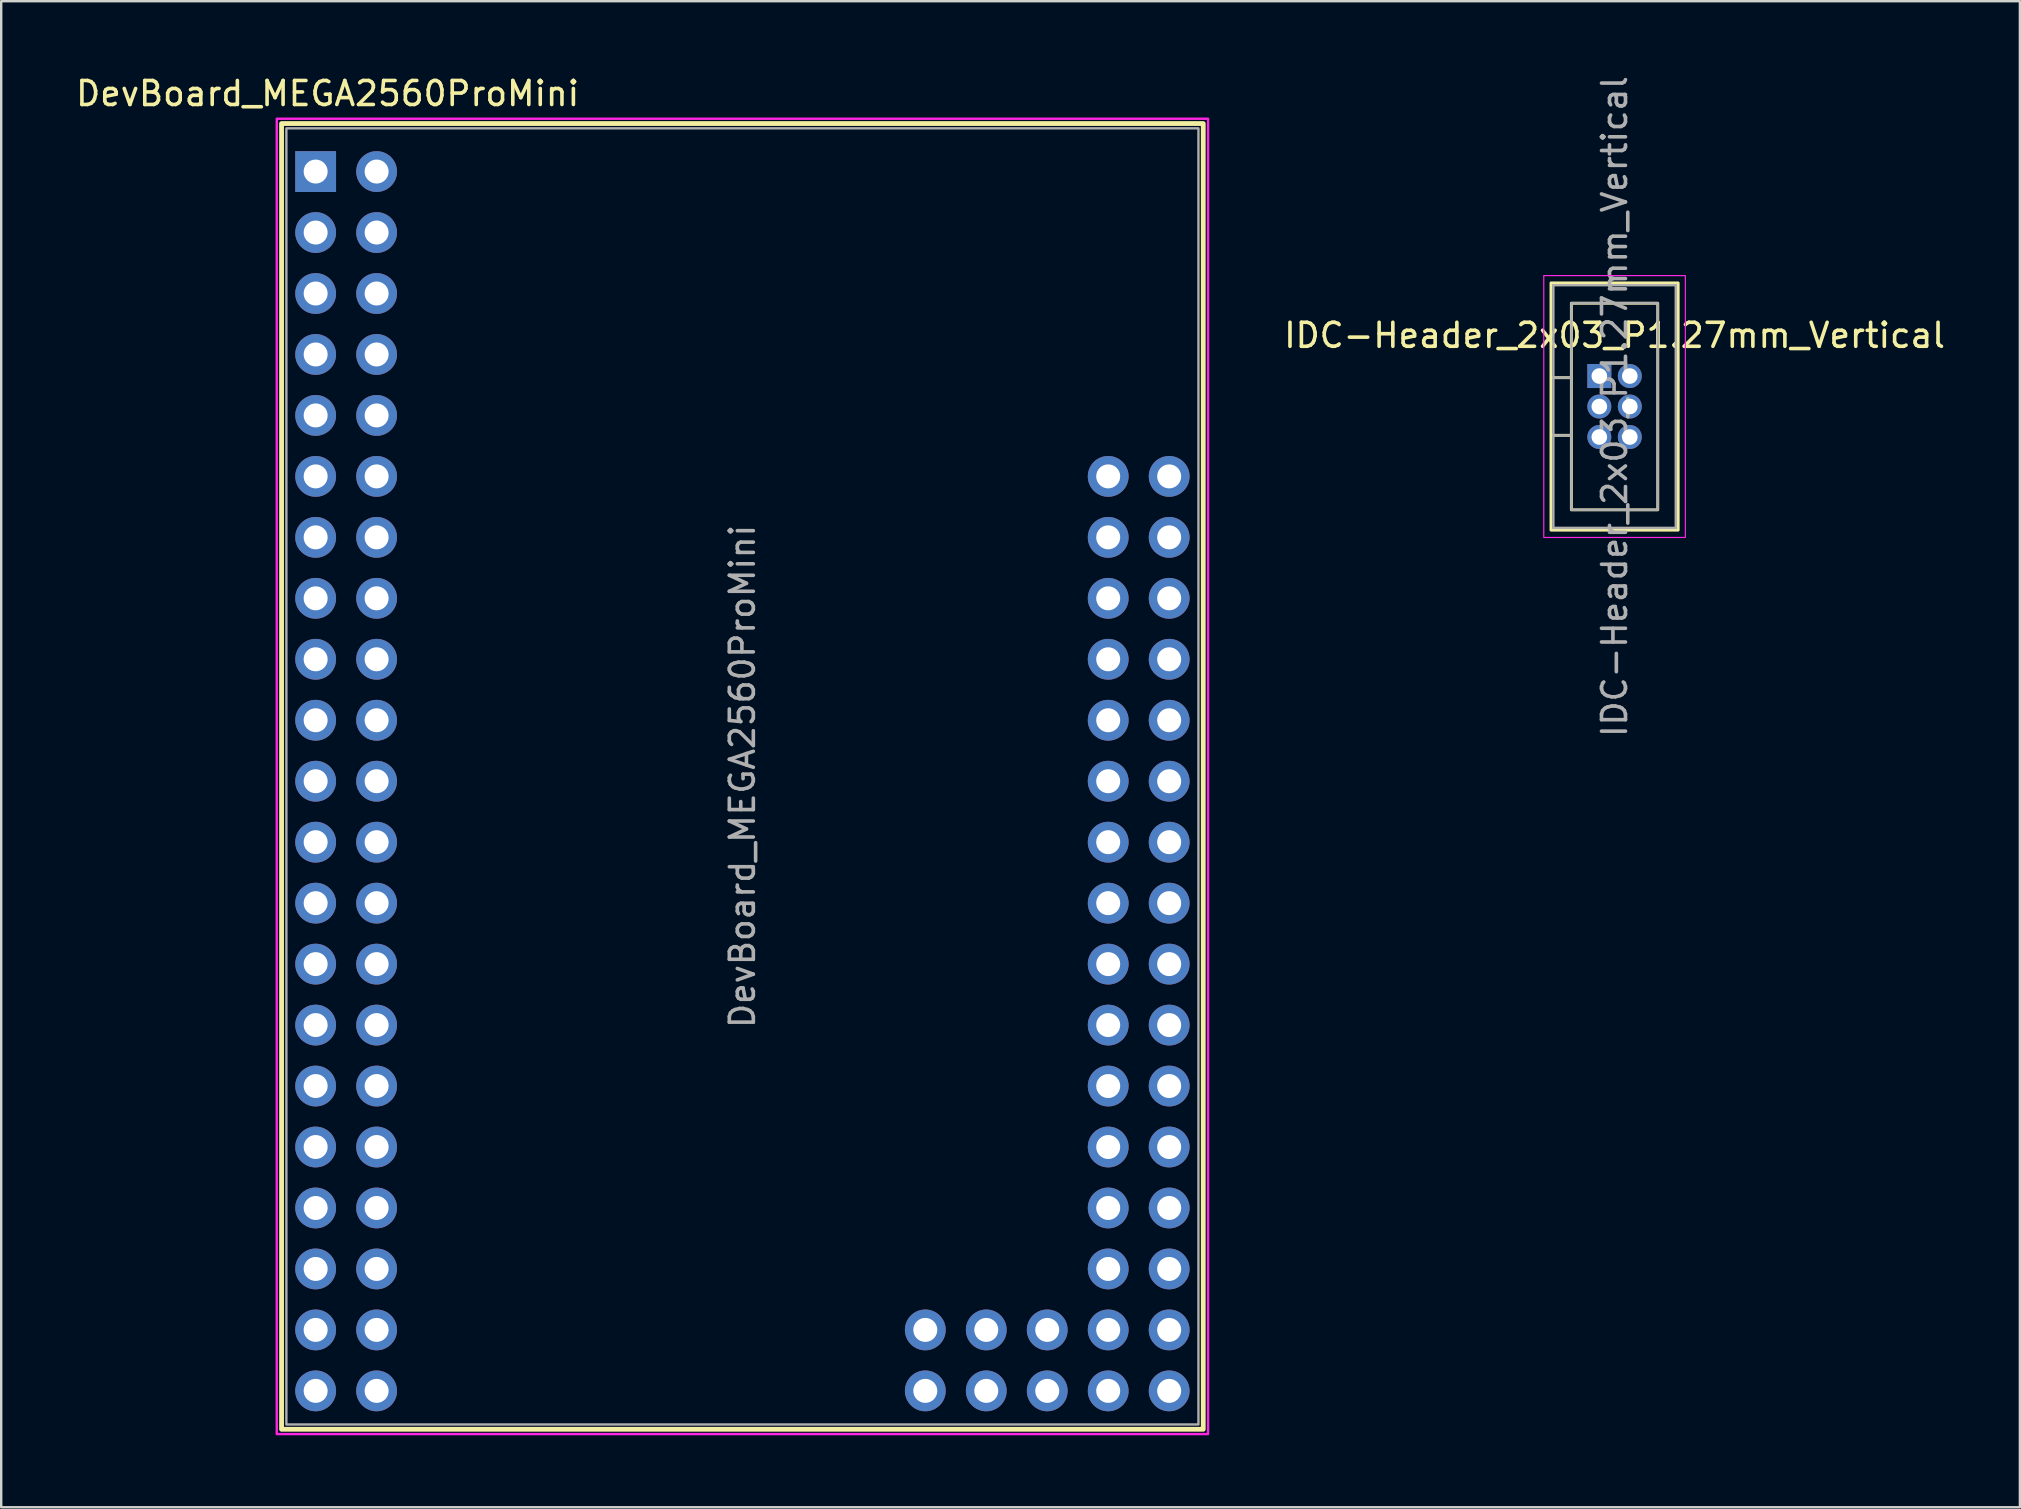
<source format=kicad_pcb>
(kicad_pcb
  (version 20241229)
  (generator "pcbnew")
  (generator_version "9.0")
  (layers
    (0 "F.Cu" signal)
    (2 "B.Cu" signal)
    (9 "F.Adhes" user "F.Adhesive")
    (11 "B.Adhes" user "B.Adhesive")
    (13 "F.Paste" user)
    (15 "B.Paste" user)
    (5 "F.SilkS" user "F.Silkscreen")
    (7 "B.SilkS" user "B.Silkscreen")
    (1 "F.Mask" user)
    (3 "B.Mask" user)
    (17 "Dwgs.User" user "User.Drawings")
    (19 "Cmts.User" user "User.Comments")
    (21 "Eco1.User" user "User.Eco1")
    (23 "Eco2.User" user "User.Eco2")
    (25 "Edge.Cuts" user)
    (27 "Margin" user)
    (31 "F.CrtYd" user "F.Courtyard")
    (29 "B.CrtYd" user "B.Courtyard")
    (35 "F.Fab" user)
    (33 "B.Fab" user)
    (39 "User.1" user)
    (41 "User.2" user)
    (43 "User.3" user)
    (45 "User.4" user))
  (footprint "DevBoard_MEGA2560ProMini"
    (layer "F.Cu")
    (at 10.101 4.098)
    (property "Reference" "DevBoard_MEGA2560ProMini" (at 0.5 -3.25 0) (layer "F.SilkS") (effects (font (size 1 1) (thickness 0.15))))
    (attr through_hole)
    (fp_rect (start -1.42 -2) (end 36.98 52.4) (stroke (width 0.2) (type default)) (fill no) (layer "F.SilkS"))
    (fp_rect (start -1.62 -2.2) (end 37.18 52.6) (stroke (width 0.1) (type default)) (fill no) (layer "F.CrtYd"))
    (fp_rect (start -1.22 -1.8) (end 36.78 52.2) (stroke (width 0.1) (type default)) (fill no) (layer "F.Fab"))
    (fp_text user "${REFERENCE}" (at 17.78 25.2 90) (layer "F.Fab") (effects (font (size 1 1) (thickness 0.15))))
    (pad "A1" thru_hole rect (at 0 0) (size 1.7 1.7) (drill 1) (layers "*.Cu" "*.Mask"))
    (pad "A2" thru_hole circle (at 0 2.54) (size 1.7 1.7) (drill 1) (layers "*.Cu" "*.Mask"))
    (pad "A3" thru_hole circle (at 0 5.08) (size 1.7 1.7) (drill 1) (layers "*.Cu" "*.Mask"))
    (pad "A4" thru_hole circle (at 0 7.62) (size 1.7 1.7) (drill 1) (layers "*.Cu" "*.Mask"))
    (pad "A5" thru_hole circle (at 0 10.16) (size 1.7 1.7) (drill 1) (layers "*.Cu" "*.Mask"))
    (pad "A6" thru_hole circle (at 0 12.7) (size 1.7 1.7) (drill 1) (layers "*.Cu" "*.Mask"))
    (pad "A7" thru_hole circle (at 0 15.24) (size 1.7 1.7) (drill 1) (layers "*.Cu" "*.Mask"))
    (pad "A8" thru_hole circle (at 0 17.78) (size 1.7 1.7) (drill 1) (layers "*.Cu" "*.Mask"))
    (pad "A9" thru_hole circle (at 0 20.32) (size 1.7 1.7) (drill 1) (layers "*.Cu" "*.Mask"))
    (pad "A10" thru_hole circle (at 0 22.86) (size 1.7 1.7) (drill 1) (layers "*.Cu" "*.Mask"))
    (pad "A11" thru_hole circle (at 0 25.4) (size 1.7 1.7) (drill 1) (layers "*.Cu" "*.Mask"))
    (pad "A12" thru_hole circle (at 0 27.94) (size 1.7 1.7) (drill 1) (layers "*.Cu" "*.Mask"))
    (pad "A13" thru_hole circle (at 0 30.48) (size 1.7 1.7) (drill 1) (layers "*.Cu" "*.Mask"))
    (pad "A14" thru_hole circle (at 0 33.02) (size 1.7 1.7) (drill 1) (layers "*.Cu" "*.Mask"))
    (pad "A15" thru_hole circle (at 0 35.56) (size 1.7 1.7) (drill 1) (layers "*.Cu" "*.Mask"))
    (pad "A16" thru_hole circle (at 0 38.1) (size 1.7 1.7) (drill 1) (layers "*.Cu" "*.Mask"))
    (pad "A17" thru_hole circle (at 0 40.64) (size 1.7 1.7) (drill 1) (layers "*.Cu" "*.Mask"))
    (pad "A18" thru_hole circle (at 0 43.18) (size 1.7 1.7) (drill 1) (layers "*.Cu" "*.Mask"))
    (pad "A19" thru_hole circle (at 0 45.72) (size 1.7 1.7) (drill 1) (layers "*.Cu" "*.Mask"))
    (pad "A20" thru_hole circle (at 0 48.26) (size 1.7 1.7) (drill 1) (layers "*.Cu" "*.Mask"))
    (pad "A21" thru_hole circle (at 0 50.8) (size 1.7 1.7) (drill 1) (layers "*.Cu" "*.Mask"))
    (pad "B1" thru_hole circle (at 2.54 0) (size 1.7 1.7) (drill 1) (layers "*.Cu" "*.Mask"))
    (pad "B2" thru_hole circle (at 2.54 2.54) (size 1.7 1.7) (drill 1) (layers "*.Cu" "*.Mask"))
    (pad "B3" thru_hole circle (at 2.54 5.08) (size 1.7 1.7) (drill 1) (layers "*.Cu" "*.Mask"))
    (pad "B4" thru_hole circle (at 2.54 7.62) (size 1.7 1.7) (drill 1) (layers "*.Cu" "*.Mask"))
    (pad "B5" thru_hole circle (at 2.54 10.16) (size 1.7 1.7) (drill 1) (layers "*.Cu" "*.Mask"))
    (pad "B6" thru_hole circle (at 2.54 12.7) (size 1.7 1.7) (drill 1) (layers "*.Cu" "*.Mask"))
    (pad "B7" thru_hole circle (at 2.54 15.24) (size 1.7 1.7) (drill 1) (layers "*.Cu" "*.Mask"))
    (pad "B8" thru_hole circle (at 2.54 17.78) (size 1.7 1.7) (drill 1) (layers "*.Cu" "*.Mask"))
    (pad "B9" thru_hole circle (at 2.54 20.32) (size 1.7 1.7) (drill 1) (layers "*.Cu" "*.Mask"))
    (pad "B10" thru_hole circle (at 2.54 22.86) (size 1.7 1.7) (drill 1) (layers "*.Cu" "*.Mask"))
    (pad "B11" thru_hole circle (at 2.54 25.4) (size 1.7 1.7) (drill 1) (layers "*.Cu" "*.Mask"))
    (pad "B12" thru_hole circle (at 2.54 27.94) (size 1.7 1.7) (drill 1) (layers "*.Cu" "*.Mask"))
    (pad "B13" thru_hole circle (at 2.54 30.48) (size 1.7 1.7) (drill 1) (layers "*.Cu" "*.Mask"))
    (pad "B14" thru_hole circle (at 2.54 33.02) (size 1.7 1.7) (drill 1) (layers "*.Cu" "*.Mask"))
    (pad "B15" thru_hole circle (at 2.54 35.56) (size 1.7 1.7) (drill 1) (layers "*.Cu" "*.Mask"))
    (pad "B16" thru_hole circle (at 2.54 38.1) (size 1.7 1.7) (drill 1) (layers "*.Cu" "*.Mask"))
    (pad "B17" thru_hole circle (at 2.54 40.64) (size 1.7 1.7) (drill 1) (layers "*.Cu" "*.Mask"))
    (pad "B18" thru_hole circle (at 2.54 43.18) (size 1.7 1.7) (drill 1) (layers "*.Cu" "*.Mask"))
    (pad "B19" thru_hole circle (at 2.54 45.72) (size 1.7 1.7) (drill 1) (layers "*.Cu" "*.Mask"))
    (pad "B20" thru_hole circle (at 2.54 48.26) (size 1.7 1.7) (drill 1) (layers "*.Cu" "*.Mask"))
    (pad "B21" thru_hole circle (at 2.54 50.8) (size 1.7 1.7) (drill 1) (layers "*.Cu" "*.Mask"))
    (pad "C20" thru_hole circle (at 25.4 48.26) (size 1.7 1.7) (drill 1) (layers "*.Cu" "*.Mask"))
    (pad "C21" thru_hole circle (at 25.4 50.8) (size 1.7 1.7) (drill 1) (layers "*.Cu" "*.Mask"))
    (pad "D20" thru_hole circle (at 27.94 48.26) (size 1.7 1.7) (drill 1) (layers "*.Cu" "*.Mask"))
    (pad "D21" thru_hole circle (at 27.94 50.8) (size 1.7 1.7) (drill 1) (layers "*.Cu" "*.Mask"))
    (pad "E20" thru_hole circle (at 30.48 48.26) (size 1.7 1.7) (drill 1) (layers "*.Cu" "*.Mask"))
    (pad "E21" thru_hole circle (at 30.48 50.8) (size 1.7 1.7) (drill 1) (layers "*.Cu" "*.Mask"))
    (pad "F6" thru_hole circle (at 33.02 12.7) (size 1.7 1.7) (drill 1) (layers "*.Cu" "*.Mask"))
    (pad "F7" thru_hole circle (at 33.02 15.24) (size 1.7 1.7) (drill 1) (layers "*.Cu" "*.Mask"))
    (pad "F8" thru_hole circle (at 33.02 17.78) (size 1.7 1.7) (drill 1) (layers "*.Cu" "*.Mask"))
    (pad "F9" thru_hole circle (at 33.02 20.32) (size 1.7 1.7) (drill 1) (layers "*.Cu" "*.Mask"))
    (pad "F10" thru_hole circle (at 33.02 22.86) (size 1.7 1.7) (drill 1) (layers "*.Cu" "*.Mask"))
    (pad "F11" thru_hole circle (at 33.02 25.4) (size 1.7 1.7) (drill 1) (layers "*.Cu" "*.Mask"))
    (pad "F12" thru_hole circle (at 33.02 27.94) (size 1.7 1.7) (drill 1) (layers "*.Cu" "*.Mask"))
    (pad "F13" thru_hole circle (at 33.02 30.48) (size 1.7 1.7) (drill 1) (layers "*.Cu" "*.Mask"))
    (pad "F14" thru_hole circle (at 33.02 33.02) (size 1.7 1.7) (drill 1) (layers "*.Cu" "*.Mask"))
    (pad "F15" thru_hole circle (at 33.02 35.56) (size 1.7 1.7) (drill 1) (layers "*.Cu" "*.Mask"))
    (pad "F16" thru_hole circle (at 33.02 38.1) (size 1.7 1.7) (drill 1) (layers "*.Cu" "*.Mask"))
    (pad "F17" thru_hole circle (at 33.02 40.64) (size 1.7 1.7) (drill 1) (layers "*.Cu" "*.Mask"))
    (pad "F18" thru_hole circle (at 33.02 43.18) (size 1.7 1.7) (drill 1) (layers "*.Cu" "*.Mask"))
    (pad "F19" thru_hole circle (at 33.02 45.72) (size 1.7 1.7) (drill 1) (layers "*.Cu" "*.Mask"))
    (pad "F20" thru_hole circle (at 33.02 48.26) (size 1.7 1.7) (drill 1) (layers "*.Cu" "*.Mask"))
    (pad "F21" thru_hole circle (at 33.02 50.8) (size 1.7 1.7) (drill 1) (layers "*.Cu" "*.Mask"))
    (pad "G6" thru_hole circle (at 35.56 12.7) (size 1.7 1.7) (drill 1) (layers "*.Cu" "*.Mask"))
    (pad "G7" thru_hole circle (at 35.56 15.24) (size 1.7 1.7) (drill 1) (layers "*.Cu" "*.Mask"))
    (pad "G8" thru_hole circle (at 35.56 17.78) (size 1.7 1.7) (drill 1) (layers "*.Cu" "*.Mask"))
    (pad "G9" thru_hole circle (at 35.56 20.32) (size 1.7 1.7) (drill 1) (layers "*.Cu" "*.Mask"))
    (pad "G10" thru_hole circle (at 35.56 22.86) (size 1.7 1.7) (drill 1) (layers "*.Cu" "*.Mask"))
    (pad "G11" thru_hole circle (at 35.56 25.4) (size 1.7 1.7) (drill 1) (layers "*.Cu" "*.Mask"))
    (pad "G12" thru_hole circle (at 35.56 27.94) (size 1.7 1.7) (drill 1) (layers "*.Cu" "*.Mask"))
    (pad "G13" thru_hole circle (at 35.56 30.48) (size 1.7 1.7) (drill 1) (layers "*.Cu" "*.Mask"))
    (pad "G14" thru_hole circle (at 35.56 33.02) (size 1.7 1.7) (drill 1) (layers "*.Cu" "*.Mask"))
    (pad "G15" thru_hole circle (at 35.56 35.56) (size 1.7 1.7) (drill 1) (layers "*.Cu" "*.Mask"))
    (pad "G16" thru_hole circle (at 35.56 38.1) (size 1.7 1.7) (drill 1) (layers "*.Cu" "*.Mask"))
    (pad "G17" thru_hole circle (at 35.56 40.64) (size 1.7 1.7) (drill 1) (layers "*.Cu" "*.Mask"))
    (pad "G18" thru_hole circle (at 35.56 43.18) (size 1.7 1.7) (drill 1) (layers "*.Cu" "*.Mask"))
    (pad "G19" thru_hole circle (at 35.56 45.72) (size 1.7 1.7) (drill 1) (layers "*.Cu" "*.Mask"))
    (pad "G20" thru_hole circle (at 35.56 48.26) (size 1.7 1.7) (drill 1) (layers "*.Cu" "*.Mask"))
    (pad "G21" thru_hole circle (at 35.56 50.8) (size 1.7 1.7) (drill 1) (layers "*.Cu" "*.Mask")))
  (footprint "IDC-Header_2x03_P1.27mm_Vertical"
    (layer "F.Cu")
    (at 63.583 12.617)
    (property "Reference" "IDC-Header_2x03_P1.27mm_Vertical" (at 0.635 -1.695 0) (layer "F.SilkS") (effects (font (size 1 1) (thickness 0.15))))
    (attr through_hole)
    (fp_line (start -2 0.07) (end -1.165 0.07) (stroke (width 0.12) (type solid)) (layer "F.SilkS"))
    (fp_line (start -1.18 2.47) (end -2 2.47) (stroke (width 0.12) (type solid)) (layer "F.SilkS"))
    (fp_rect (start -2.015 -3.88) (end 3.285 6.42) (stroke (width 0.12) (type solid)) (fill no) (layer "F.SilkS"))
    (fp_rect (start -1.165 -3.035) (end 2.435 5.575) (stroke (width 0.12) (type solid)) (fill no) (layer "F.SilkS"))
    (fp_rect (start -2.315 -4.185) (end 3.585 6.725) (stroke (width 0.05) (type solid)) (fill no) (layer "F.CrtYd"))
    (fp_line (start -1.915 -3.785) (end -1.915 6.325) (stroke (width 0.1) (type solid)) (layer "F.Fab"))
    (fp_line (start -1.915 -3.785) (end 3.185 -3.785) (stroke (width 0.1) (type default)) (layer "F.Fab"))
    (fp_line (start -1.915 6.325) (end 3.185 6.325) (stroke (width 0.1) (type default)) (layer "F.Fab"))
    (fp_line (start -1.9 0.07) (end -1.165 0.07) (stroke (width 0.1) (type solid)) (layer "F.Fab"))
    (fp_line (start -1.18 2.47) (end -1.915 2.47) (stroke (width 0.1) (type solid)) (layer "F.Fab"))
    (fp_line (start 3.185 -3.785) (end 3.185 6.325) (stroke (width 0.1) (type solid)) (layer "F.Fab"))
    (fp_rect (start -1.165 -3.035) (end 2.435 5.575) (stroke (width 0.1) (type solid)) (fill no) (layer "F.Fab"))
    (fp_text user "${REFERENCE}" (at 0.635 1.27 90) (layer "F.Fab") (effects (font (size 1 1) (thickness 0.15))))
    (pad "1" thru_hole rect (at 0 0) (size 1 1) (drill 0.65) (layers "*.Cu" "*.Mask"))
    (pad "2" thru_hole oval (at 1.27 0) (size 1 1) (drill 0.65) (layers "*.Cu" "*.Mask"))
    (pad "3" thru_hole oval (at 0 1.27) (size 1 1) (drill 0.65) (layers "*.Cu" "*.Mask"))
    (pad "4" thru_hole oval (at 1.27 1.27) (size 1 1) (drill 0.65) (layers "*.Cu" "*.Mask"))
    (pad "5" thru_hole oval (at 0 2.54) (size 1 1) (drill 0.65) (layers "*.Cu" "*.Mask"))
    (pad "6" thru_hole oval (at 1.27 2.54) (size 1 1) (drill 0.65) (layers "*.Cu" "*.Mask")))
  (gr_rect
    (start -3 -3)
    (end 81.105 59.748)
    (stroke (width 0.1) (type default))
    (fill no)
    (layer "Edge.Cuts")))
</source>
